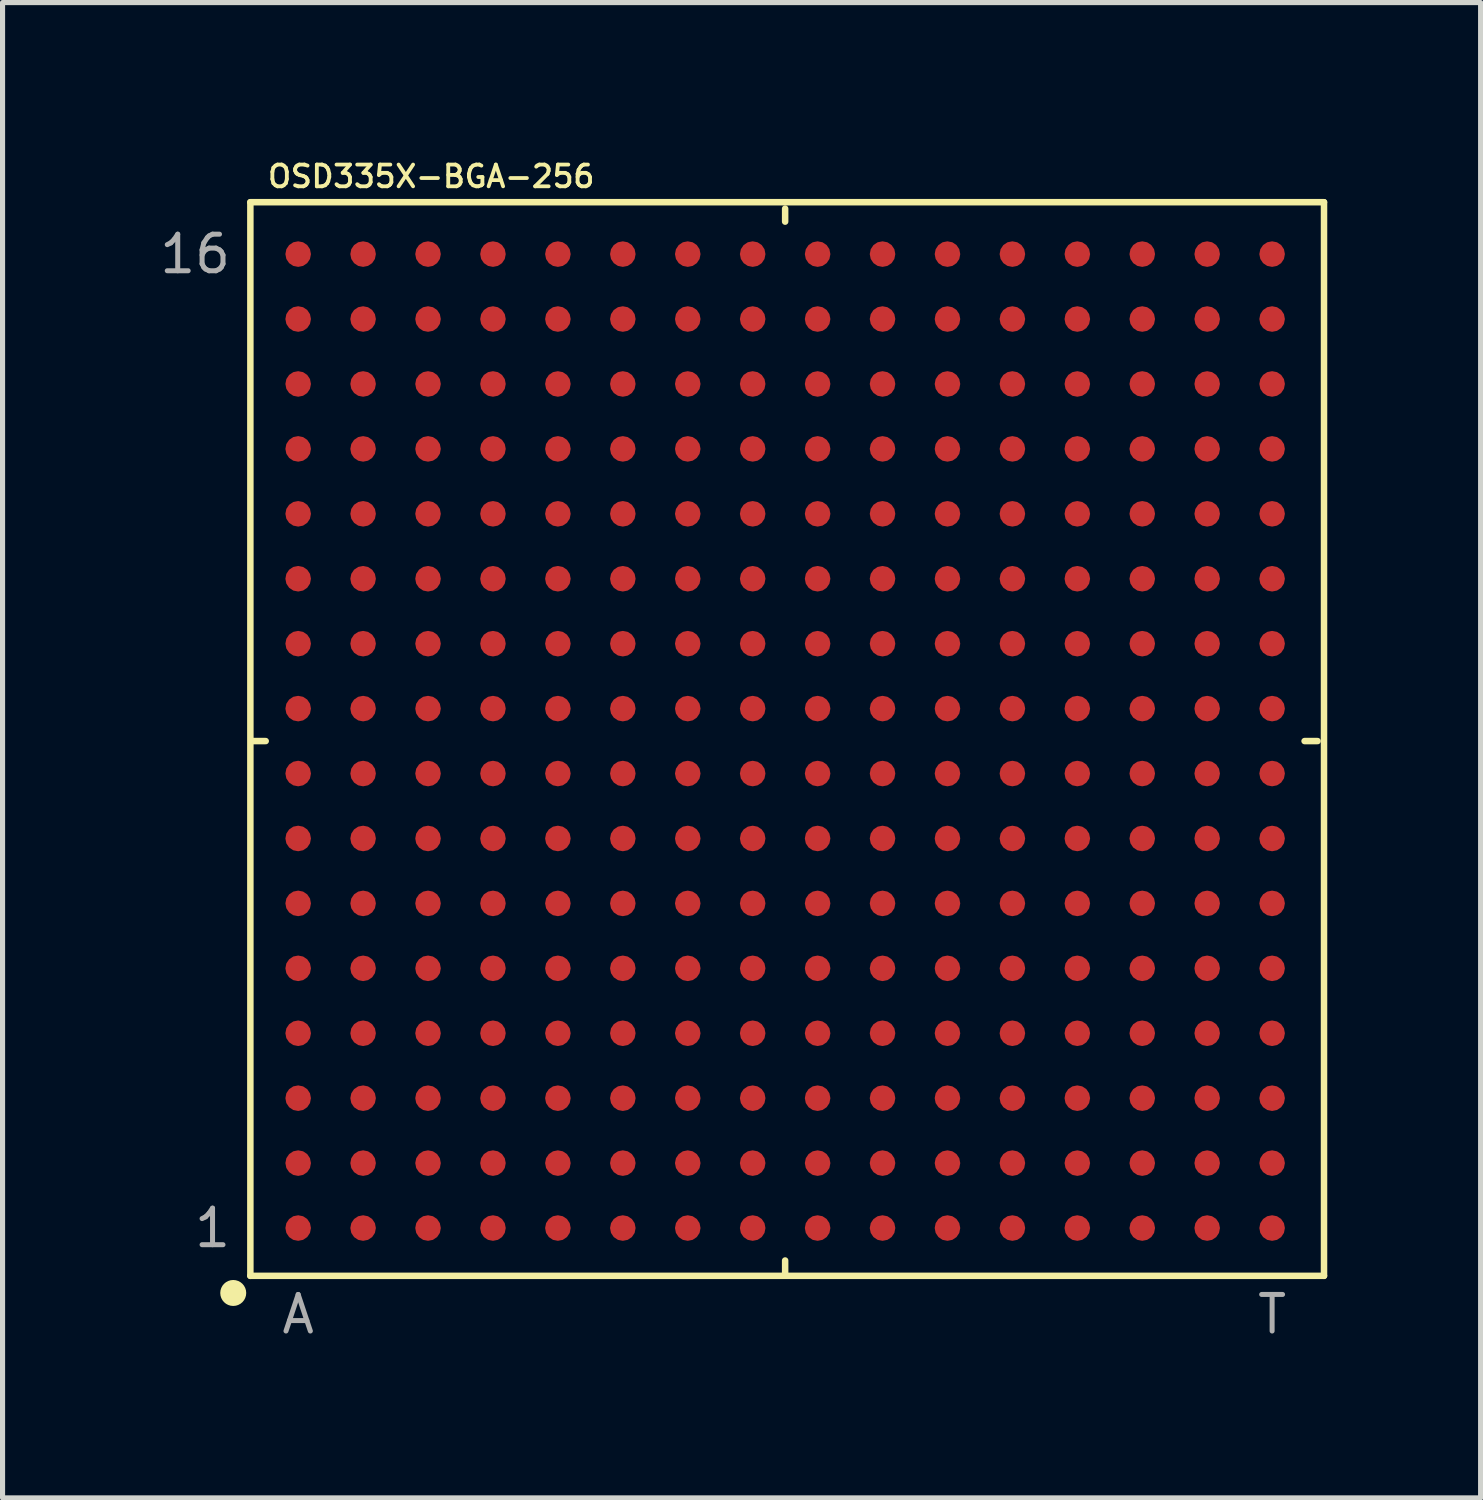
<source format=kicad_pcb>
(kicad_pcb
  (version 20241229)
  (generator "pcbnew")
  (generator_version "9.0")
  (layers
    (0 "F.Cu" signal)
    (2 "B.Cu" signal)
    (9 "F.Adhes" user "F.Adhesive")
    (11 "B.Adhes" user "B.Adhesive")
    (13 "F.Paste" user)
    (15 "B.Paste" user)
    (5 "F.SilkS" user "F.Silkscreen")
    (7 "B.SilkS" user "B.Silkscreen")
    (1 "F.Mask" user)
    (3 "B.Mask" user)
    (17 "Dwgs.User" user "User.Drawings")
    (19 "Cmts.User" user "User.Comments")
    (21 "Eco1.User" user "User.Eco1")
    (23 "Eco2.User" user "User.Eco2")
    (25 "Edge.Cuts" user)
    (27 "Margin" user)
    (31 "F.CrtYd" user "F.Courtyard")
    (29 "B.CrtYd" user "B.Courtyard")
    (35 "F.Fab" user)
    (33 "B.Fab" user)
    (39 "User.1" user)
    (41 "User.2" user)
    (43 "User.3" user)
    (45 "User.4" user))
  (footprint "OSD335X-BGA-256"
    (layer "F.Cu")
    (at 12.307 11.445)
    (property "Reference" "OSD335X-BGA-256" (at -10.16 -10.795 0) (layer "F.SilkS") (effects (font (size 0.425 0.425) (thickness 0.075)) (justify left bottom)))
    (fp_line (start -10.46 -10.54) (end -10.46 10.46) (stroke (width 0.127) (type solid)) (layer "F.SilkS"))
    (fp_line (start -10.46 10.46) (end 10.54 10.46) (stroke (width 0.127) (type solid)) (layer "F.SilkS"))
    (fp_line (start -10.414 0) (end -10.16 0) (stroke (width 0.127) (type solid)) (layer "F.SilkS"))
    (fp_line (start 0 -10.414) (end 0 -10.16) (stroke (width 0.127) (type solid)) (layer "F.SilkS"))
    (fp_line (start 0 10.414) (end 0 10.16) (stroke (width 0.127) (type solid)) (layer "F.SilkS"))
    (fp_line (start 10.414 0) (end 10.16 0) (stroke (width 0.127) (type solid)) (layer "F.SilkS"))
    (fp_line (start 10.54 -10.54) (end -10.46 -10.54) (stroke (width 0.127) (type solid)) (layer "F.SilkS"))
    (fp_line (start 10.54 10.46) (end 10.54 -10.54) (stroke (width 0.127) (type solid)) (layer "F.SilkS"))
    (fp_circle (center -10.795 10.795) (end -10.668 10.795) (stroke (width 0.254) (type solid)) (fill no) (layer "F.SilkS"))
    (fp_text user "16" (at -10.795 -9.525 0) (layer "F.Fab") (effects (font (size 0.715 0.715) (thickness 0.098)) (justify right)))
    (fp_text user "1" (at -10.795 9.525 0) (layer "F.Fab") (effects (font (size 0.715 0.715) (thickness 0.098)) (justify right)))
    (fp_text user "T" (at 9.525 10.795 0) (layer "F.Fab") (effects (font (size 0.715 0.715) (thickness 0.098)) (justify top)))
    (fp_text user "A" (at -9.525 10.795 0) (layer "F.Fab") (effects (font (size 0.715 0.715) (thickness 0.098)) (justify top)))
    (pad "A1" smd roundrect (at -9.525 9.525) (size 0.5 0.5) (layers "F.Cu" "F.Mask" "F.Paste") (roundrect_rratio 0.5))
    (pad "A2" smd roundrect (at -9.525 8.255) (size 0.5 0.5) (layers "F.Cu" "F.Mask" "F.Paste") (roundrect_rratio 0.5))
    (pad "A3" smd roundrect (at -9.525 6.985) (size 0.5 0.5) (layers "F.Cu" "F.Mask" "F.Paste") (roundrect_rratio 0.5))
    (pad "A4" smd roundrect (at -9.525 5.715) (size 0.5 0.5) (layers "F.Cu" "F.Mask" "F.Paste") (roundrect_rratio 0.5))
    (pad "A5" smd roundrect (at -9.525 4.445) (size 0.5 0.5) (layers "F.Cu" "F.Mask" "F.Paste") (roundrect_rratio 0.5))
    (pad "A6" smd roundrect (at -9.525 3.175) (size 0.5 0.5) (layers "F.Cu" "F.Mask" "F.Paste") (roundrect_rratio 0.5))
    (pad "A7" smd roundrect (at -9.525 1.905) (size 0.5 0.5) (layers "F.Cu" "F.Mask" "F.Paste") (roundrect_rratio 0.5))
    (pad "A8" smd roundrect (at -9.525 0.635) (size 0.5 0.5) (layers "F.Cu" "F.Mask" "F.Paste") (roundrect_rratio 0.5))
    (pad "A9" smd roundrect (at -9.525 -0.635) (size 0.5 0.5) (layers "F.Cu" "F.Mask" "F.Paste") (roundrect_rratio 0.5))
    (pad "A10" smd roundrect (at -9.525 -1.905) (size 0.5 0.5) (layers "F.Cu" "F.Mask" "F.Paste") (roundrect_rratio 0.5))
    (pad "A11" smd roundrect (at -9.525 -3.175) (size 0.5 0.5) (layers "F.Cu" "F.Mask" "F.Paste") (roundrect_rratio 0.5))
    (pad "A12" smd roundrect (at -9.525 -4.445) (size 0.5 0.5) (layers "F.Cu" "F.Mask" "F.Paste") (roundrect_rratio 0.5))
    (pad "A13" smd roundrect (at -9.525 -5.715) (size 0.5 0.5) (layers "F.Cu" "F.Mask" "F.Paste") (roundrect_rratio 0.5))
    (pad "A14" smd roundrect (at -9.525 -6.985) (size 0.5 0.5) (layers "F.Cu" "F.Mask" "F.Paste") (roundrect_rratio 0.5))
    (pad "A15" smd roundrect (at -9.525 -8.255) (size 0.5 0.5) (layers "F.Cu" "F.Mask" "F.Paste") (roundrect_rratio 0.5))
    (pad "A16" smd roundrect (at -9.525 -9.525) (size 0.5 0.5) (layers "F.Cu" "F.Mask" "F.Paste") (roundrect_rratio 0.5))
    (pad "B1" smd roundrect (at -8.255 9.525) (size 0.5 0.5) (layers "F.Cu" "F.Mask" "F.Paste") (roundrect_rratio 0.5))
    (pad "B2" smd roundrect (at -8.255 8.255) (size 0.5 0.5) (layers "F.Cu" "F.Mask" "F.Paste") (roundrect_rratio 0.5))
    (pad "B3" smd roundrect (at -8.255 6.985) (size 0.5 0.5) (layers "F.Cu" "F.Mask" "F.Paste") (roundrect_rratio 0.5))
    (pad "B4" smd roundrect (at -8.255 5.715) (size 0.5 0.5) (layers "F.Cu" "F.Mask" "F.Paste") (roundrect_rratio 0.5))
    (pad "B5" smd roundrect (at -8.255 4.445) (size 0.5 0.5) (layers "F.Cu" "F.Mask" "F.Paste") (roundrect_rratio 0.5))
    (pad "B6" smd roundrect (at -8.255 3.175) (size 0.5 0.5) (layers "F.Cu" "F.Mask" "F.Paste") (roundrect_rratio 0.5))
    (pad "B7" smd roundrect (at -8.255 1.905) (size 0.5 0.5) (layers "F.Cu" "F.Mask" "F.Paste") (roundrect_rratio 0.5))
    (pad "B8" smd roundrect (at -8.255 0.635) (size 0.5 0.5) (layers "F.Cu" "F.Mask" "F.Paste") (roundrect_rratio 0.5))
    (pad "B9" smd roundrect (at -8.255 -0.635) (size 0.5 0.5) (layers "F.Cu" "F.Mask" "F.Paste") (roundrect_rratio 0.5))
    (pad "B10" smd roundrect (at -8.255 -1.905) (size 0.5 0.5) (layers "F.Cu" "F.Mask" "F.Paste") (roundrect_rratio 0.5))
    (pad "B11" smd roundrect (at -8.255 -3.175) (size 0.5 0.5) (layers "F.Cu" "F.Mask" "F.Paste") (roundrect_rratio 0.5))
    (pad "B12" smd roundrect (at -8.255 -4.445) (size 0.5 0.5) (layers "F.Cu" "F.Mask" "F.Paste") (roundrect_rratio 0.5))
    (pad "B13" smd roundrect (at -8.255 -5.715) (size 0.5 0.5) (layers "F.Cu" "F.Mask" "F.Paste") (roundrect_rratio 0.5))
    (pad "B14" smd roundrect (at -8.255 -6.985) (size 0.5 0.5) (layers "F.Cu" "F.Mask" "F.Paste") (roundrect_rratio 0.5))
    (pad "B15" smd roundrect (at -8.255 -8.255) (size 0.5 0.5) (layers "F.Cu" "F.Mask" "F.Paste") (roundrect_rratio 0.5))
    (pad "B16" smd roundrect (at -8.255 -9.525) (size 0.5 0.5) (layers "F.Cu" "F.Mask" "F.Paste") (roundrect_rratio 0.5))
    (pad "C1" smd roundrect (at -6.985 9.525) (size 0.5 0.5) (layers "F.Cu" "F.Mask" "F.Paste") (roundrect_rratio 0.5))
    (pad "C2" smd roundrect (at -6.985 8.255) (size 0.5 0.5) (layers "F.Cu" "F.Mask" "F.Paste") (roundrect_rratio 0.5))
    (pad "C3" smd roundrect (at -6.985 6.985) (size 0.5 0.5) (layers "F.Cu" "F.Mask" "F.Paste") (roundrect_rratio 0.5))
    (pad "C4" smd roundrect (at -6.985 5.715) (size 0.5 0.5) (layers "F.Cu" "F.Mask" "F.Paste") (roundrect_rratio 0.5))
    (pad "C5" smd roundrect (at -6.985 4.445) (size 0.5 0.5) (layers "F.Cu" "F.Mask" "F.Paste") (roundrect_rratio 0.5))
    (pad "C6" smd roundrect (at -6.985 3.175) (size 0.5 0.5) (layers "F.Cu" "F.Mask" "F.Paste") (roundrect_rratio 0.5))
    (pad "C7" smd roundrect (at -6.985 1.905) (size 0.5 0.5) (layers "F.Cu" "F.Mask" "F.Paste") (roundrect_rratio 0.5))
    (pad "C8" smd roundrect (at -6.985 0.635) (size 0.5 0.5) (layers "F.Cu" "F.Mask" "F.Paste") (roundrect_rratio 0.5))
    (pad "C9" smd roundrect (at -6.985 -0.635) (size 0.5 0.5) (layers "F.Cu" "F.Mask" "F.Paste") (roundrect_rratio 0.5))
    (pad "C10" smd roundrect (at -6.985 -1.905) (size 0.5 0.5) (layers "F.Cu" "F.Mask" "F.Paste") (roundrect_rratio 0.5))
    (pad "C11" smd roundrect (at -6.985 -3.175) (size 0.5 0.5) (layers "F.Cu" "F.Mask" "F.Paste") (roundrect_rratio 0.5))
    (pad "C12" smd roundrect (at -6.985 -4.445) (size 0.5 0.5) (layers "F.Cu" "F.Mask" "F.Paste") (roundrect_rratio 0.5))
    (pad "C13" smd roundrect (at -6.985 -5.715) (size 0.5 0.5) (layers "F.Cu" "F.Mask" "F.Paste") (roundrect_rratio 0.5))
    (pad "C14" smd roundrect (at -6.985 -6.985) (size 0.5 0.5) (layers "F.Cu" "F.Mask" "F.Paste") (roundrect_rratio 0.5))
    (pad "C15" smd roundrect (at -6.985 -8.255) (size 0.5 0.5) (layers "F.Cu" "F.Mask" "F.Paste") (roundrect_rratio 0.5))
    (pad "C16" smd roundrect (at -6.985 -9.525) (size 0.5 0.5) (layers "F.Cu" "F.Mask" "F.Paste") (roundrect_rratio 0.5))
    (pad "D1" smd roundrect (at -5.715 9.525) (size 0.5 0.5) (layers "F.Cu" "F.Mask" "F.Paste") (roundrect_rratio 0.5))
    (pad "D2" smd roundrect (at -5.715 8.255) (size 0.5 0.5) (layers "F.Cu" "F.Mask" "F.Paste") (roundrect_rratio 0.5))
    (pad "D3" smd roundrect (at -5.715 6.985) (size 0.5 0.5) (layers "F.Cu" "F.Mask" "F.Paste") (roundrect_rratio 0.5))
    (pad "D4" smd roundrect (at -5.715 5.715) (size 0.5 0.5) (layers "F.Cu" "F.Mask" "F.Paste") (roundrect_rratio 0.5))
    (pad "D5" smd roundrect (at -5.715 4.445) (size 0.5 0.5) (layers "F.Cu" "F.Mask" "F.Paste") (roundrect_rratio 0.5))
    (pad "D6" smd roundrect (at -5.715 3.175) (size 0.5 0.5) (layers "F.Cu" "F.Mask" "F.Paste") (roundrect_rratio 0.5))
    (pad "D7" smd roundrect (at -5.715 1.905) (size 0.5 0.5) (layers "F.Cu" "F.Mask" "F.Paste") (roundrect_rratio 0.5))
    (pad "D8" smd roundrect (at -5.715 0.635) (size 0.5 0.5) (layers "F.Cu" "F.Mask" "F.Paste") (roundrect_rratio 0.5))
    (pad "D9" smd roundrect (at -5.715 -0.635) (size 0.5 0.5) (layers "F.Cu" "F.Mask" "F.Paste") (roundrect_rratio 0.5))
    (pad "D10" smd roundrect (at -5.715 -1.905) (size 0.5 0.5) (layers "F.Cu" "F.Mask" "F.Paste") (roundrect_rratio 0.5))
    (pad "D11" smd roundrect (at -5.715 -3.175) (size 0.5 0.5) (layers "F.Cu" "F.Mask" "F.Paste") (roundrect_rratio 0.5))
    (pad "D12" smd roundrect (at -5.715 -4.445) (size 0.5 0.5) (layers "F.Cu" "F.Mask" "F.Paste") (roundrect_rratio 0.5))
    (pad "D13" smd roundrect (at -5.715 -5.715) (size 0.5 0.5) (layers "F.Cu" "F.Mask" "F.Paste") (roundrect_rratio 0.5))
    (pad "D14" smd roundrect (at -5.715 -6.985) (size 0.5 0.5) (layers "F.Cu" "F.Mask" "F.Paste") (roundrect_rratio 0.5))
    (pad "D15" smd roundrect (at -5.715 -8.255) (size 0.5 0.5) (layers "F.Cu" "F.Mask" "F.Paste") (roundrect_rratio 0.5))
    (pad "D16" smd roundrect (at -5.715 -9.525) (size 0.5 0.5) (layers "F.Cu" "F.Mask" "F.Paste") (roundrect_rratio 0.5))
    (pad "E1" smd roundrect (at -4.445 9.525) (size 0.5 0.5) (layers "F.Cu" "F.Mask" "F.Paste") (roundrect_rratio 0.5))
    (pad "E2" smd roundrect (at -4.445 8.255) (size 0.5 0.5) (layers "F.Cu" "F.Mask" "F.Paste") (roundrect_rratio 0.5))
    (pad "E3" smd roundrect (at -4.445 6.985) (size 0.5 0.5) (layers "F.Cu" "F.Mask" "F.Paste") (roundrect_rratio 0.5))
    (pad "E4" smd roundrect (at -4.445 5.715) (size 0.5 0.5) (layers "F.Cu" "F.Mask" "F.Paste") (roundrect_rratio 0.5))
    (pad "E5" smd roundrect (at -4.445 4.445) (size 0.5 0.5) (layers "F.Cu" "F.Mask" "F.Paste") (roundrect_rratio 0.5))
    (pad "E6" smd roundrect (at -4.445 3.175) (size 0.5 0.5) (layers "F.Cu" "F.Mask" "F.Paste") (roundrect_rratio 0.5))
    (pad "E7" smd roundrect (at -4.445 1.905) (size 0.5 0.5) (layers "F.Cu" "F.Mask" "F.Paste") (roundrect_rratio 0.5))
    (pad "E8" smd roundrect (at -4.445 0.635) (size 0.5 0.5) (layers "F.Cu" "F.Mask" "F.Paste") (roundrect_rratio 0.5))
    (pad "E9" smd roundrect (at -4.445 -0.635) (size 0.5 0.5) (layers "F.Cu" "F.Mask" "F.Paste") (roundrect_rratio 0.5))
    (pad "E10" smd roundrect (at -4.445 -1.905) (size 0.5 0.5) (layers "F.Cu" "F.Mask" "F.Paste") (roundrect_rratio 0.5))
    (pad "E11" smd roundrect (at -4.445 -3.175) (size 0.5 0.5) (layers "F.Cu" "F.Mask" "F.Paste") (roundrect_rratio 0.5))
    (pad "E12" smd roundrect (at -4.445 -4.445) (size 0.5 0.5) (layers "F.Cu" "F.Mask" "F.Paste") (roundrect_rratio 0.5))
    (pad "E13" smd roundrect (at -4.445 -5.715) (size 0.5 0.5) (layers "F.Cu" "F.Mask" "F.Paste") (roundrect_rratio 0.5))
    (pad "E14" smd roundrect (at -4.445 -6.985) (size 0.5 0.5) (layers "F.Cu" "F.Mask" "F.Paste") (roundrect_rratio 0.5))
    (pad "E15" smd roundrect (at -4.445 -8.255) (size 0.5 0.5) (layers "F.Cu" "F.Mask" "F.Paste") (roundrect_rratio 0.5))
    (pad "E16" smd roundrect (at -4.445 -9.525) (size 0.5 0.5) (layers "F.Cu" "F.Mask" "F.Paste") (roundrect_rratio 0.5))
    (pad "F1" smd roundrect (at -3.175 9.525) (size 0.5 0.5) (layers "F.Cu" "F.Mask" "F.Paste") (roundrect_rratio 0.5))
    (pad "F2" smd roundrect (at -3.175 8.255) (size 0.5 0.5) (layers "F.Cu" "F.Mask" "F.Paste") (roundrect_rratio 0.5))
    (pad "F3" smd roundrect (at -3.175 6.985) (size 0.5 0.5) (layers "F.Cu" "F.Mask" "F.Paste") (roundrect_rratio 0.5))
    (pad "F4" smd roundrect (at -3.175 5.715) (size 0.5 0.5) (layers "F.Cu" "F.Mask" "F.Paste") (roundrect_rratio 0.5))
    (pad "F5" smd roundrect (at -3.175 4.445) (size 0.5 0.5) (layers "F.Cu" "F.Mask" "F.Paste") (roundrect_rratio 0.5))
    (pad "F6" smd roundrect (at -3.175 3.175) (size 0.5 0.5) (layers "F.Cu" "F.Mask" "F.Paste") (roundrect_rratio 0.5))
    (pad "F7" smd roundrect (at -3.175 1.905) (size 0.5 0.5) (layers "F.Cu" "F.Mask" "F.Paste") (roundrect_rratio 0.5))
    (pad "F8" smd roundrect (at -3.175 0.635) (size 0.5 0.5) (layers "F.Cu" "F.Mask" "F.Paste") (roundrect_rratio 0.5))
    (pad "F9" smd roundrect (at -3.175 -0.635) (size 0.5 0.5) (layers "F.Cu" "F.Mask" "F.Paste") (roundrect_rratio 0.5))
    (pad "F10" smd roundrect (at -3.175 -1.905) (size 0.5 0.5) (layers "F.Cu" "F.Mask" "F.Paste") (roundrect_rratio 0.5))
    (pad "F11" smd roundrect (at -3.175 -3.175) (size 0.5 0.5) (layers "F.Cu" "F.Mask" "F.Paste") (roundrect_rratio 0.5))
    (pad "F12" smd roundrect (at -3.175 -4.445) (size 0.5 0.5) (layers "F.Cu" "F.Mask" "F.Paste") (roundrect_rratio 0.5))
    (pad "F13" smd roundrect (at -3.175 -5.715) (size 0.5 0.5) (layers "F.Cu" "F.Mask" "F.Paste") (roundrect_rratio 0.5))
    (pad "F14" smd roundrect (at -3.175 -6.985) (size 0.5 0.5) (layers "F.Cu" "F.Mask" "F.Paste") (roundrect_rratio 0.5))
    (pad "F15" smd roundrect (at -3.175 -8.255) (size 0.5 0.5) (layers "F.Cu" "F.Mask" "F.Paste") (roundrect_rratio 0.5))
    (pad "F16" smd roundrect (at -3.175 -9.525) (size 0.5 0.5) (layers "F.Cu" "F.Mask" "F.Paste") (roundrect_rratio 0.5))
    (pad "G1" smd roundrect (at -1.905 9.525) (size 0.5 0.5) (layers "F.Cu" "F.Mask" "F.Paste") (roundrect_rratio 0.5))
    (pad "G2" smd roundrect (at -1.905 8.255) (size 0.5 0.5) (layers "F.Cu" "F.Mask" "F.Paste") (roundrect_rratio 0.5))
    (pad "G3" smd roundrect (at -1.905 6.985) (size 0.5 0.5) (layers "F.Cu" "F.Mask" "F.Paste") (roundrect_rratio 0.5))
    (pad "G4" smd roundrect (at -1.905 5.715) (size 0.5 0.5) (layers "F.Cu" "F.Mask" "F.Paste") (roundrect_rratio 0.5))
    (pad "G5" smd roundrect (at -1.905 4.445) (size 0.5 0.5) (layers "F.Cu" "F.Mask" "F.Paste") (roundrect_rratio 0.5))
    (pad "G6" smd roundrect (at -1.905 3.175) (size 0.5 0.5) (layers "F.Cu" "F.Mask" "F.Paste") (roundrect_rratio 0.5))
    (pad "G7" smd roundrect (at -1.905 1.905) (size 0.5 0.5) (layers "F.Cu" "F.Mask" "F.Paste") (roundrect_rratio 0.5))
    (pad "G8" smd roundrect (at -1.905 0.635) (size 0.5 0.5) (layers "F.Cu" "F.Mask" "F.Paste") (roundrect_rratio 0.5))
    (pad "G9" smd roundrect (at -1.905 -0.635) (size 0.5 0.5) (layers "F.Cu" "F.Mask" "F.Paste") (roundrect_rratio 0.5))
    (pad "G10" smd roundrect (at -1.905 -1.905) (size 0.5 0.5) (layers "F.Cu" "F.Mask" "F.Paste") (roundrect_rratio 0.5))
    (pad "G11" smd roundrect (at -1.905 -3.175) (size 0.5 0.5) (layers "F.Cu" "F.Mask" "F.Paste") (roundrect_rratio 0.5))
    (pad "G12" smd roundrect (at -1.905 -4.445) (size 0.5 0.5) (layers "F.Cu" "F.Mask" "F.Paste") (roundrect_rratio 0.5))
    (pad "G13" smd roundrect (at -1.905 -5.715) (size 0.5 0.5) (layers "F.Cu" "F.Mask" "F.Paste") (roundrect_rratio 0.5))
    (pad "G14" smd roundrect (at -1.905 -6.985) (size 0.5 0.5) (layers "F.Cu" "F.Mask" "F.Paste") (roundrect_rratio 0.5))
    (pad "G15" smd roundrect (at -1.905 -8.255) (size 0.5 0.5) (layers "F.Cu" "F.Mask" "F.Paste") (roundrect_rratio 0.5))
    (pad "G16" smd roundrect (at -1.905 -9.525) (size 0.5 0.5) (layers "F.Cu" "F.Mask" "F.Paste") (roundrect_rratio 0.5))
    (pad "H1" smd roundrect (at -0.635 9.525) (size 0.5 0.5) (layers "F.Cu" "F.Mask" "F.Paste") (roundrect_rratio 0.5))
    (pad "H2" smd roundrect (at -0.635 8.255) (size 0.5 0.5) (layers "F.Cu" "F.Mask" "F.Paste") (roundrect_rratio 0.5))
    (pad "H3" smd roundrect (at -0.635 6.985) (size 0.5 0.5) (layers "F.Cu" "F.Mask" "F.Paste") (roundrect_rratio 0.5))
    (pad "H4" smd roundrect (at -0.635 5.715) (size 0.5 0.5) (layers "F.Cu" "F.Mask" "F.Paste") (roundrect_rratio 0.5))
    (pad "H5" smd roundrect (at -0.635 4.445) (size 0.5 0.5) (layers "F.Cu" "F.Mask" "F.Paste") (roundrect_rratio 0.5))
    (pad "H6" smd roundrect (at -0.635 3.175) (size 0.5 0.5) (layers "F.Cu" "F.Mask" "F.Paste") (roundrect_rratio 0.5))
    (pad "H7" smd roundrect (at -0.635 1.905) (size 0.5 0.5) (layers "F.Cu" "F.Mask" "F.Paste") (roundrect_rratio 0.5))
    (pad "H8" smd roundrect (at -0.635 0.635) (size 0.5 0.5) (layers "F.Cu" "F.Mask" "F.Paste") (roundrect_rratio 0.5))
    (pad "H9" smd roundrect (at -0.635 -0.635) (size 0.5 0.5) (layers "F.Cu" "F.Mask" "F.Paste") (roundrect_rratio 0.5))
    (pad "H10" smd roundrect (at -0.635 -1.905) (size 0.5 0.5) (layers "F.Cu" "F.Mask" "F.Paste") (roundrect_rratio 0.5))
    (pad "H11" smd roundrect (at -0.635 -3.175) (size 0.5 0.5) (layers "F.Cu" "F.Mask" "F.Paste") (roundrect_rratio 0.5))
    (pad "H12" smd roundrect (at -0.635 -4.445) (size 0.5 0.5) (layers "F.Cu" "F.Mask" "F.Paste") (roundrect_rratio 0.5))
    (pad "H13" smd roundrect (at -0.635 -5.715) (size 0.5 0.5) (layers "F.Cu" "F.Mask" "F.Paste") (roundrect_rratio 0.5))
    (pad "H14" smd roundrect (at -0.635 -6.985) (size 0.5 0.5) (layers "F.Cu" "F.Mask" "F.Paste") (roundrect_rratio 0.5))
    (pad "H15" smd roundrect (at -0.635 -8.255) (size 0.5 0.5) (layers "F.Cu" "F.Mask" "F.Paste") (roundrect_rratio 0.5))
    (pad "H16" smd roundrect (at -0.635 -9.525) (size 0.5 0.5) (layers "F.Cu" "F.Mask" "F.Paste") (roundrect_rratio 0.5))
    (pad "J1" smd roundrect (at 0.635 9.525) (size 0.5 0.5) (layers "F.Cu" "F.Mask" "F.Paste") (roundrect_rratio 0.5))
    (pad "J2" smd roundrect (at 0.635 8.255) (size 0.5 0.5) (layers "F.Cu" "F.Mask" "F.Paste") (roundrect_rratio 0.5))
    (pad "J3" smd roundrect (at 0.635 6.985) (size 0.5 0.5) (layers "F.Cu" "F.Mask" "F.Paste") (roundrect_rratio 0.5))
    (pad "J4" smd roundrect (at 0.635 5.715) (size 0.5 0.5) (layers "F.Cu" "F.Mask" "F.Paste") (roundrect_rratio 0.5))
    (pad "J5" smd roundrect (at 0.635 4.445) (size 0.5 0.5) (layers "F.Cu" "F.Mask" "F.Paste") (roundrect_rratio 0.5))
    (pad "J6" smd roundrect (at 0.635 3.175) (size 0.5 0.5) (layers "F.Cu" "F.Mask" "F.Paste") (roundrect_rratio 0.5))
    (pad "J7" smd roundrect (at 0.635 1.905) (size 0.5 0.5) (layers "F.Cu" "F.Mask" "F.Paste") (roundrect_rratio 0.5))
    (pad "J8" smd roundrect (at 0.635 0.635) (size 0.5 0.5) (layers "F.Cu" "F.Mask" "F.Paste") (roundrect_rratio 0.5))
    (pad "J9" smd roundrect (at 0.635 -0.635) (size 0.5 0.5) (layers "F.Cu" "F.Mask" "F.Paste") (roundrect_rratio 0.5))
    (pad "J10" smd roundrect (at 0.635 -1.905) (size 0.5 0.5) (layers "F.Cu" "F.Mask" "F.Paste") (roundrect_rratio 0.5))
    (pad "J11" smd roundrect (at 0.635 -3.175) (size 0.5 0.5) (layers "F.Cu" "F.Mask" "F.Paste") (roundrect_rratio 0.5))
    (pad "J12" smd roundrect (at 0.635 -4.445) (size 0.5 0.5) (layers "F.Cu" "F.Mask" "F.Paste") (roundrect_rratio 0.5))
    (pad "J13" smd roundrect (at 0.635 -5.715) (size 0.5 0.5) (layers "F.Cu" "F.Mask" "F.Paste") (roundrect_rratio 0.5))
    (pad "J14" smd roundrect (at 0.635 -6.985) (size 0.5 0.5) (layers "F.Cu" "F.Mask" "F.Paste") (roundrect_rratio 0.5))
    (pad "J15" smd roundrect (at 0.635 -8.255) (size 0.5 0.5) (layers "F.Cu" "F.Mask" "F.Paste") (roundrect_rratio 0.5))
    (pad "J16" smd roundrect (at 0.635 -9.525) (size 0.5 0.5) (layers "F.Cu" "F.Mask" "F.Paste") (roundrect_rratio 0.5))
    (pad "K1" smd roundrect (at 1.905 9.525) (size 0.5 0.5) (layers "F.Cu" "F.Mask" "F.Paste") (roundrect_rratio 0.5))
    (pad "K2" smd roundrect (at 1.905 8.255) (size 0.5 0.5) (layers "F.Cu" "F.Mask" "F.Paste") (roundrect_rratio 0.5))
    (pad "K3" smd roundrect (at 1.905 6.985) (size 0.5 0.5) (layers "F.Cu" "F.Mask" "F.Paste") (roundrect_rratio 0.5))
    (pad "K4" smd roundrect (at 1.905 5.715) (size 0.5 0.5) (layers "F.Cu" "F.Mask" "F.Paste") (roundrect_rratio 0.5))
    (pad "K5" smd roundrect (at 1.905 4.445) (size 0.5 0.5) (layers "F.Cu" "F.Mask" "F.Paste") (roundrect_rratio 0.5))
    (pad "K6" smd roundrect (at 1.905 3.175) (size 0.5 0.5) (layers "F.Cu" "F.Mask" "F.Paste") (roundrect_rratio 0.5))
    (pad "K7" smd roundrect (at 1.905 1.905) (size 0.5 0.5) (layers "F.Cu" "F.Mask" "F.Paste") (roundrect_rratio 0.5))
    (pad "K8" smd roundrect (at 1.905 0.635) (size 0.5 0.5) (layers "F.Cu" "F.Mask" "F.Paste") (roundrect_rratio 0.5))
    (pad "K9" smd roundrect (at 1.905 -0.635) (size 0.5 0.5) (layers "F.Cu" "F.Mask" "F.Paste") (roundrect_rratio 0.5))
    (pad "K10" smd roundrect (at 1.905 -1.905) (size 0.5 0.5) (layers "F.Cu" "F.Mask" "F.Paste") (roundrect_rratio 0.5))
    (pad "K11" smd roundrect (at 1.905 -3.175) (size 0.5 0.5) (layers "F.Cu" "F.Mask" "F.Paste") (roundrect_rratio 0.5))
    (pad "K12" smd roundrect (at 1.905 -4.445) (size 0.5 0.5) (layers "F.Cu" "F.Mask" "F.Paste") (roundrect_rratio 0.5))
    (pad "K13" smd roundrect (at 1.905 -5.715) (size 0.5 0.5) (layers "F.Cu" "F.Mask" "F.Paste") (roundrect_rratio 0.5))
    (pad "K14" smd roundrect (at 1.905 -6.985) (size 0.5 0.5) (layers "F.Cu" "F.Mask" "F.Paste") (roundrect_rratio 0.5))
    (pad "K15" smd roundrect (at 1.905 -8.255) (size 0.5 0.5) (layers "F.Cu" "F.Mask" "F.Paste") (roundrect_rratio 0.5))
    (pad "K16" smd roundrect (at 1.905 -9.525) (size 0.5 0.5) (layers "F.Cu" "F.Mask" "F.Paste") (roundrect_rratio 0.5))
    (pad "L1" smd roundrect (at 3.175 9.525) (size 0.5 0.5) (layers "F.Cu" "F.Mask" "F.Paste") (roundrect_rratio 0.5))
    (pad "L2" smd roundrect (at 3.175 8.255) (size 0.5 0.5) (layers "F.Cu" "F.Mask" "F.Paste") (roundrect_rratio 0.5))
    (pad "L3" smd roundrect (at 3.175 6.985) (size 0.5 0.5) (layers "F.Cu" "F.Mask" "F.Paste") (roundrect_rratio 0.5))
    (pad "L4" smd roundrect (at 3.175 5.715) (size 0.5 0.5) (layers "F.Cu" "F.Mask" "F.Paste") (roundrect_rratio 0.5))
    (pad "L5" smd roundrect (at 3.175 4.445) (size 0.5 0.5) (layers "F.Cu" "F.Mask" "F.Paste") (roundrect_rratio 0.5))
    (pad "L6" smd roundrect (at 3.175 3.175) (size 0.5 0.5) (layers "F.Cu" "F.Mask" "F.Paste") (roundrect_rratio 0.5))
    (pad "L7" smd roundrect (at 3.175 1.905) (size 0.5 0.5) (layers "F.Cu" "F.Mask" "F.Paste") (roundrect_rratio 0.5))
    (pad "L8" smd roundrect (at 3.175 0.635) (size 0.5 0.5) (layers "F.Cu" "F.Mask" "F.Paste") (roundrect_rratio 0.5))
    (pad "L9" smd roundrect (at 3.175 -0.635) (size 0.5 0.5) (layers "F.Cu" "F.Mask" "F.Paste") (roundrect_rratio 0.5))
    (pad "L10" smd roundrect (at 3.175 -1.905) (size 0.5 0.5) (layers "F.Cu" "F.Mask" "F.Paste") (roundrect_rratio 0.5))
    (pad "L11" smd roundrect (at 3.175 -3.175) (size 0.5 0.5) (layers "F.Cu" "F.Mask" "F.Paste") (roundrect_rratio 0.5))
    (pad "L12" smd roundrect (at 3.175 -4.445) (size 0.5 0.5) (layers "F.Cu" "F.Mask" "F.Paste") (roundrect_rratio 0.5))
    (pad "L13" smd roundrect (at 3.175 -5.715) (size 0.5 0.5) (layers "F.Cu" "F.Mask" "F.Paste") (roundrect_rratio 0.5))
    (pad "L14" smd roundrect (at 3.175 -6.985) (size 0.5 0.5) (layers "F.Cu" "F.Mask" "F.Paste") (roundrect_rratio 0.5))
    (pad "L15" smd roundrect (at 3.175 -8.255) (size 0.5 0.5) (layers "F.Cu" "F.Mask" "F.Paste") (roundrect_rratio 0.5))
    (pad "L16" smd roundrect (at 3.175 -9.525) (size 0.5 0.5) (layers "F.Cu" "F.Mask" "F.Paste") (roundrect_rratio 0.5))
    (pad "M1" smd roundrect (at 4.445 9.525) (size 0.5 0.5) (layers "F.Cu" "F.Mask" "F.Paste") (roundrect_rratio 0.5))
    (pad "M2" smd roundrect (at 4.445 8.255) (size 0.5 0.5) (layers "F.Cu" "F.Mask" "F.Paste") (roundrect_rratio 0.5))
    (pad "M3" smd roundrect (at 4.445 6.985) (size 0.5 0.5) (layers "F.Cu" "F.Mask" "F.Paste") (roundrect_rratio 0.5))
    (pad "M4" smd roundrect (at 4.445 5.715) (size 0.5 0.5) (layers "F.Cu" "F.Mask" "F.Paste") (roundrect_rratio 0.5))
    (pad "M5" smd roundrect (at 4.445 4.445) (size 0.5 0.5) (layers "F.Cu" "F.Mask" "F.Paste") (roundrect_rratio 0.5))
    (pad "M6" smd roundrect (at 4.445 3.175) (size 0.5 0.5) (layers "F.Cu" "F.Mask" "F.Paste") (roundrect_rratio 0.5))
    (pad "M7" smd roundrect (at 4.445 1.905) (size 0.5 0.5) (layers "F.Cu" "F.Mask" "F.Paste") (roundrect_rratio 0.5))
    (pad "M8" smd roundrect (at 4.445 0.635) (size 0.5 0.5) (layers "F.Cu" "F.Mask" "F.Paste") (roundrect_rratio 0.5))
    (pad "M9" smd roundrect (at 4.445 -0.635) (size 0.5 0.5) (layers "F.Cu" "F.Mask" "F.Paste") (roundrect_rratio 0.5))
    (pad "M10" smd roundrect (at 4.445 -1.905) (size 0.5 0.5) (layers "F.Cu" "F.Mask" "F.Paste") (roundrect_rratio 0.5))
    (pad "M11" smd roundrect (at 4.445 -3.175) (size 0.5 0.5) (layers "F.Cu" "F.Mask" "F.Paste") (roundrect_rratio 0.5))
    (pad "M12" smd roundrect (at 4.445 -4.445) (size 0.5 0.5) (layers "F.Cu" "F.Mask" "F.Paste") (roundrect_rratio 0.5))
    (pad "M13" smd roundrect (at 4.445 -5.715) (size 0.5 0.5) (layers "F.Cu" "F.Mask" "F.Paste") (roundrect_rratio 0.5))
    (pad "M14" smd roundrect (at 4.445 -6.985) (size 0.5 0.5) (layers "F.Cu" "F.Mask" "F.Paste") (roundrect_rratio 0.5))
    (pad "M15" smd roundrect (at 4.445 -8.255) (size 0.5 0.5) (layers "F.Cu" "F.Mask" "F.Paste") (roundrect_rratio 0.5))
    (pad "M16" smd roundrect (at 4.445 -9.525) (size 0.5 0.5) (layers "F.Cu" "F.Mask" "F.Paste") (roundrect_rratio 0.5))
    (pad "N1" smd roundrect (at 5.715 9.525) (size 0.5 0.5) (layers "F.Cu" "F.Mask" "F.Paste") (roundrect_rratio 0.5))
    (pad "N2" smd roundrect (at 5.715 8.255) (size 0.5 0.5) (layers "F.Cu" "F.Mask" "F.Paste") (roundrect_rratio 0.5))
    (pad "N3" smd roundrect (at 5.715 6.985) (size 0.5 0.5) (layers "F.Cu" "F.Mask" "F.Paste") (roundrect_rratio 0.5))
    (pad "N4" smd roundrect (at 5.715 5.715) (size 0.5 0.5) (layers "F.Cu" "F.Mask" "F.Paste") (roundrect_rratio 0.5))
    (pad "N5" smd roundrect (at 5.715 4.445) (size 0.5 0.5) (layers "F.Cu" "F.Mask" "F.Paste") (roundrect_rratio 0.5))
    (pad "N6" smd roundrect (at 5.715 3.175) (size 0.5 0.5) (layers "F.Cu" "F.Mask" "F.Paste") (roundrect_rratio 0.5))
    (pad "N7" smd roundrect (at 5.715 1.905) (size 0.5 0.5) (layers "F.Cu" "F.Mask" "F.Paste") (roundrect_rratio 0.5))
    (pad "N8" smd roundrect (at 5.715 0.635) (size 0.5 0.5) (layers "F.Cu" "F.Mask" "F.Paste") (roundrect_rratio 0.5))
    (pad "N9" smd roundrect (at 5.715 -0.635) (size 0.5 0.5) (layers "F.Cu" "F.Mask" "F.Paste") (roundrect_rratio 0.5))
    (pad "N10" smd roundrect (at 5.715 -1.905) (size 0.5 0.5) (layers "F.Cu" "F.Mask" "F.Paste") (roundrect_rratio 0.5))
    (pad "N11" smd roundrect (at 5.715 -3.175) (size 0.5 0.5) (layers "F.Cu" "F.Mask" "F.Paste") (roundrect_rratio 0.5))
    (pad "N12" smd roundrect (at 5.715 -4.445) (size 0.5 0.5) (layers "F.Cu" "F.Mask" "F.Paste") (roundrect_rratio 0.5))
    (pad "N13" smd roundrect (at 5.715 -5.715) (size 0.5 0.5) (layers "F.Cu" "F.Mask" "F.Paste") (roundrect_rratio 0.5))
    (pad "N14" smd roundrect (at 5.715 -6.985) (size 0.5 0.5) (layers "F.Cu" "F.Mask" "F.Paste") (roundrect_rratio 0.5))
    (pad "N15" smd roundrect (at 5.715 -8.255) (size 0.5 0.5) (layers "F.Cu" "F.Mask" "F.Paste") (roundrect_rratio 0.5))
    (pad "N16" smd roundrect (at 5.715 -9.525) (size 0.5 0.5) (layers "F.Cu" "F.Mask" "F.Paste") (roundrect_rratio 0.5))
    (pad "P1" smd roundrect (at 6.985 9.525) (size 0.5 0.5) (layers "F.Cu" "F.Mask" "F.Paste") (roundrect_rratio 0.5))
    (pad "P2" smd roundrect (at 6.985 8.255) (size 0.5 0.5) (layers "F.Cu" "F.Mask" "F.Paste") (roundrect_rratio 0.5))
    (pad "P3" smd roundrect (at 6.985 6.985) (size 0.5 0.5) (layers "F.Cu" "F.Mask" "F.Paste") (roundrect_rratio 0.5))
    (pad "P4" smd roundrect (at 6.985 5.715) (size 0.5 0.5) (layers "F.Cu" "F.Mask" "F.Paste") (roundrect_rratio 0.5))
    (pad "P5" smd roundrect (at 6.985 4.445) (size 0.5 0.5) (layers "F.Cu" "F.Mask" "F.Paste") (roundrect_rratio 0.5))
    (pad "P6" smd roundrect (at 6.985 3.175) (size 0.5 0.5) (layers "F.Cu" "F.Mask" "F.Paste") (roundrect_rratio 0.5))
    (pad "P7" smd roundrect (at 6.985 1.905) (size 0.5 0.5) (layers "F.Cu" "F.Mask" "F.Paste") (roundrect_rratio 0.5))
    (pad "P8" smd roundrect (at 6.985 0.635) (size 0.5 0.5) (layers "F.Cu" "F.Mask" "F.Paste") (roundrect_rratio 0.5))
    (pad "P9" smd roundrect (at 6.985 -0.635) (size 0.5 0.5) (layers "F.Cu" "F.Mask" "F.Paste") (roundrect_rratio 0.5))
    (pad "P10" smd roundrect (at 6.985 -1.905) (size 0.5 0.5) (layers "F.Cu" "F.Mask" "F.Paste") (roundrect_rratio 0.5))
    (pad "P11" smd roundrect (at 6.985 -3.175) (size 0.5 0.5) (layers "F.Cu" "F.Mask" "F.Paste") (roundrect_rratio 0.5))
    (pad "P12" smd roundrect (at 6.985 -4.445) (size 0.5 0.5) (layers "F.Cu" "F.Mask" "F.Paste") (roundrect_rratio 0.5))
    (pad "P13" smd roundrect (at 6.985 -5.715) (size 0.5 0.5) (layers "F.Cu" "F.Mask" "F.Paste") (roundrect_rratio 0.5))
    (pad "P14" smd roundrect (at 6.985 -6.985) (size 0.5 0.5) (layers "F.Cu" "F.Mask" "F.Paste") (roundrect_rratio 0.5))
    (pad "P15" smd roundrect (at 6.985 -8.255) (size 0.5 0.5) (layers "F.Cu" "F.Mask" "F.Paste") (roundrect_rratio 0.5))
    (pad "P16" smd roundrect (at 6.985 -9.525) (size 0.5 0.5) (layers "F.Cu" "F.Mask" "F.Paste") (roundrect_rratio 0.5))
    (pad "R1" smd roundrect (at 8.255 9.525) (size 0.5 0.5) (layers "F.Cu" "F.Mask" "F.Paste") (roundrect_rratio 0.5))
    (pad "R2" smd roundrect (at 8.255 8.255) (size 0.5 0.5) (layers "F.Cu" "F.Mask" "F.Paste") (roundrect_rratio 0.5))
    (pad "R3" smd roundrect (at 8.255 6.985) (size 0.5 0.5) (layers "F.Cu" "F.Mask" "F.Paste") (roundrect_rratio 0.5))
    (pad "R4" smd roundrect (at 8.255 5.715) (size 0.5 0.5) (layers "F.Cu" "F.Mask" "F.Paste") (roundrect_rratio 0.5))
    (pad "R5" smd roundrect (at 8.255 4.445) (size 0.5 0.5) (layers "F.Cu" "F.Mask" "F.Paste") (roundrect_rratio 0.5))
    (pad "R6" smd roundrect (at 8.255 3.175) (size 0.5 0.5) (layers "F.Cu" "F.Mask" "F.Paste") (roundrect_rratio 0.5))
    (pad "R7" smd roundrect (at 8.255 1.905) (size 0.5 0.5) (layers "F.Cu" "F.Mask" "F.Paste") (roundrect_rratio 0.5))
    (pad "R8" smd roundrect (at 8.255 0.635) (size 0.5 0.5) (layers "F.Cu" "F.Mask" "F.Paste") (roundrect_rratio 0.5))
    (pad "R9" smd roundrect (at 8.255 -0.635) (size 0.5 0.5) (layers "F.Cu" "F.Mask" "F.Paste") (roundrect_rratio 0.5))
    (pad "R10" smd roundrect (at 8.255 -1.905) (size 0.5 0.5) (layers "F.Cu" "F.Mask" "F.Paste") (roundrect_rratio 0.5))
    (pad "R11" smd roundrect (at 8.255 -3.175) (size 0.5 0.5) (layers "F.Cu" "F.Mask" "F.Paste") (roundrect_rratio 0.5))
    (pad "R12" smd roundrect (at 8.255 -4.445) (size 0.5 0.5) (layers "F.Cu" "F.Mask" "F.Paste") (roundrect_rratio 0.5))
    (pad "R13" smd roundrect (at 8.255 -5.715) (size 0.5 0.5) (layers "F.Cu" "F.Mask" "F.Paste") (roundrect_rratio 0.5))
    (pad "R14" smd roundrect (at 8.255 -6.985) (size 0.5 0.5) (layers "F.Cu" "F.Mask" "F.Paste") (roundrect_rratio 0.5))
    (pad "R15" smd roundrect (at 8.255 -8.255) (size 0.5 0.5) (layers "F.Cu" "F.Mask" "F.Paste") (roundrect_rratio 0.5))
    (pad "R16" smd roundrect (at 8.255 -9.525) (size 0.5 0.5) (layers "F.Cu" "F.Mask" "F.Paste") (roundrect_rratio 0.5))
    (pad "T1" smd roundrect (at 9.525 9.525) (size 0.5 0.5) (layers "F.Cu" "F.Mask" "F.Paste") (roundrect_rratio 0.5))
    (pad "T2" smd roundrect (at 9.525 8.255) (size 0.5 0.5) (layers "F.Cu" "F.Mask" "F.Paste") (roundrect_rratio 0.5))
    (pad "T3" smd roundrect (at 9.525 6.985) (size 0.5 0.5) (layers "F.Cu" "F.Mask" "F.Paste") (roundrect_rratio 0.5))
    (pad "T4" smd roundrect (at 9.525 5.715) (size 0.5 0.5) (layers "F.Cu" "F.Mask" "F.Paste") (roundrect_rratio 0.5))
    (pad "T5" smd roundrect (at 9.525 4.445) (size 0.5 0.5) (layers "F.Cu" "F.Mask" "F.Paste") (roundrect_rratio 0.5))
    (pad "T6" smd roundrect (at 9.525 3.175) (size 0.5 0.5) (layers "F.Cu" "F.Mask" "F.Paste") (roundrect_rratio 0.5))
    (pad "T7" smd roundrect (at 9.525 1.905) (size 0.5 0.5) (layers "F.Cu" "F.Mask" "F.Paste") (roundrect_rratio 0.5))
    (pad "T8" smd roundrect (at 9.525 0.635) (size 0.5 0.5) (layers "F.Cu" "F.Mask" "F.Paste") (roundrect_rratio 0.5))
    (pad "T9" smd roundrect (at 9.525 -0.635) (size 0.5 0.5) (layers "F.Cu" "F.Mask" "F.Paste") (roundrect_rratio 0.5))
    (pad "T10" smd roundrect (at 9.525 -1.905) (size 0.5 0.5) (layers "F.Cu" "F.Mask" "F.Paste") (roundrect_rratio 0.5))
    (pad "T11" smd roundrect (at 9.525 -3.175) (size 0.5 0.5) (layers "F.Cu" "F.Mask" "F.Paste") (roundrect_rratio 0.5))
    (pad "T12" smd roundrect (at 9.525 -4.445) (size 0.5 0.5) (layers "F.Cu" "F.Mask" "F.Paste") (roundrect_rratio 0.5))
    (pad "T13" smd roundrect (at 9.525 -5.715) (size 0.5 0.5) (layers "F.Cu" "F.Mask" "F.Paste") (roundrect_rratio 0.5))
    (pad "T14" smd roundrect (at 9.525 -6.985) (size 0.5 0.5) (layers "F.Cu" "F.Mask" "F.Paste") (roundrect_rratio 0.5))
    (pad "T15" smd roundrect (at 9.525 -8.255) (size 0.5 0.5) (layers "F.Cu" "F.Mask" "F.Paste") (roundrect_rratio 0.5))
    (pad "T16" smd roundrect (at 9.525 -9.525) (size 0.5 0.5) (layers "F.Cu" "F.Mask" "F.Paste") (roundrect_rratio 0.5)))
  (gr_rect
    (start -3 -3)
    (end 25.91 26.248)
    (stroke (width 0.1) (type default))
    (fill no)
    (layer "Edge.Cuts")))
</source>
